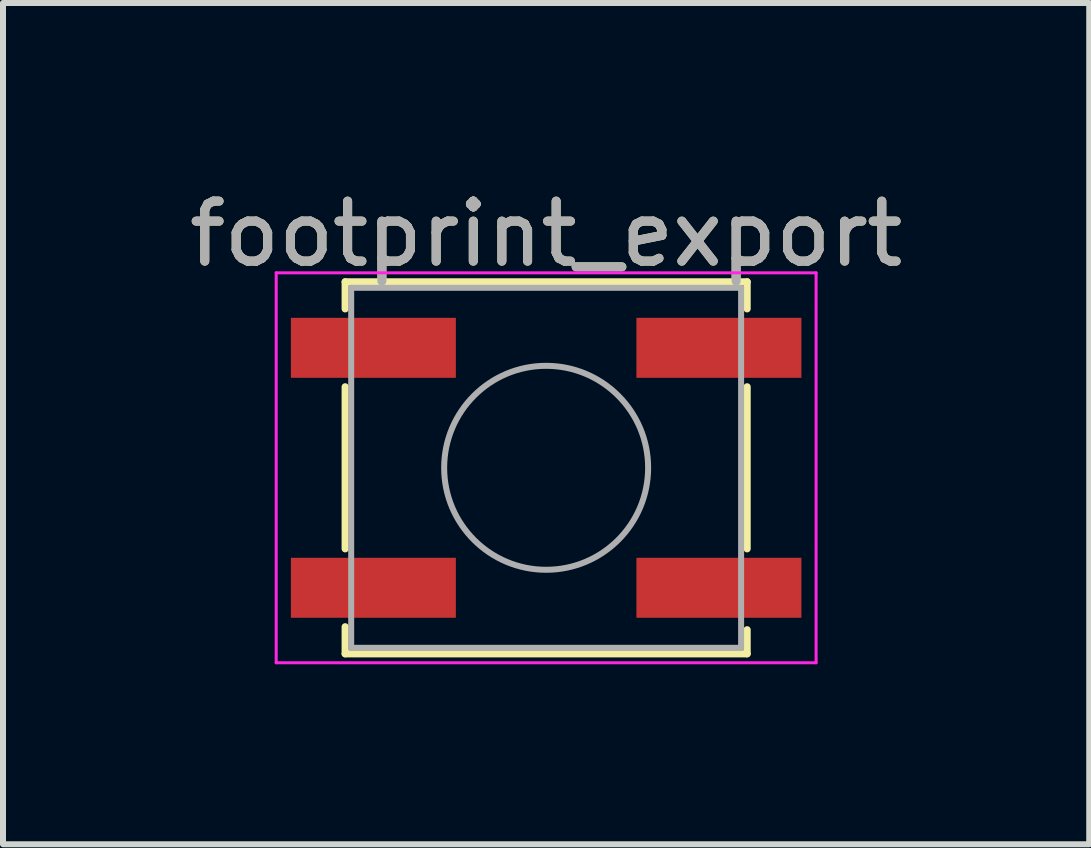
<source format=kicad_pcb>
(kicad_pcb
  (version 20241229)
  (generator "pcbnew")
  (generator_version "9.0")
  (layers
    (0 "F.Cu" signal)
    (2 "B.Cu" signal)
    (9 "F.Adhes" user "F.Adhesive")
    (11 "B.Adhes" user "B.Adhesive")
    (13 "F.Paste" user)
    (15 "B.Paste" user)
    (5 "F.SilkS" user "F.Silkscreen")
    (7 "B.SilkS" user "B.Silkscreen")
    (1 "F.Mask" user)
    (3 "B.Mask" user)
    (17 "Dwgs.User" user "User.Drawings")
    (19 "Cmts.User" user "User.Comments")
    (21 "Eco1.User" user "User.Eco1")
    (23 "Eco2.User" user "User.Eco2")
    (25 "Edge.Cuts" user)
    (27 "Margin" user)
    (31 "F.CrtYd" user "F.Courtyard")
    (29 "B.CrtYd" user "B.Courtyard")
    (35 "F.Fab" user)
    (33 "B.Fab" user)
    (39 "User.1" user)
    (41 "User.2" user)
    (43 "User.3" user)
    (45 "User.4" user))
  (footprint "footprint_export"
    (layer "F.Cu")
    (at 6.054 4.748)
    (property "Reference" "footprint_export" (at 0 -3.9 0) (layer "F.SilkS") (effects (font (size 1 1) (thickness 0.15))))
    (attr smd)
    (fp_line (start -3.35 -3.1) (end 3.35 -3.1) (stroke (width 0.12) (type solid)) (layer "F.SilkS"))
    (fp_line (start -3.35 -2.65) (end -3.35 -3.1) (stroke (width 0.12) (type solid)) (layer "F.SilkS"))
    (fp_line (start -3.35 1.35) (end -3.35 -1.35) (stroke (width 0.12) (type solid)) (layer "F.SilkS"))
    (fp_line (start -3.35 2.65) (end -3.35 3.1) (stroke (width 0.12) (type solid)) (layer "F.SilkS"))
    (fp_line (start -3.35 3.1) (end 3.35 3.1) (stroke (width 0.12) (type solid)) (layer "F.SilkS"))
    (fp_line (start 3.35 -3.1) (end 3.35 -2.65) (stroke (width 0.12) (type solid)) (layer "F.SilkS"))
    (fp_line (start 3.35 -1.35) (end 3.35 1.35) (stroke (width 0.12) (type solid)) (layer "F.SilkS"))
    (fp_line (start 3.35 3.1) (end 3.35 2.7) (stroke (width 0.12) (type solid)) (layer "F.SilkS"))
    (fp_line (start -4.5 -3.25) (end 4.5 -3.25) (stroke (width 0.05) (type solid)) (layer "F.CrtYd"))
    (fp_line (start -4.5 3.25) (end -4.5 -3.25) (stroke (width 0.05) (type solid)) (layer "F.CrtYd"))
    (fp_line (start 4.5 -3.25) (end 4.5 3.25) (stroke (width 0.05) (type solid)) (layer "F.CrtYd"))
    (fp_line (start 4.5 3.25) (end -4.5 3.25) (stroke (width 0.05) (type solid)) (layer "F.CrtYd"))
    (fp_line (start -3.25 -3) (end 3.25 -3) (stroke (width 0.1) (type solid)) (layer "F.Fab"))
    (fp_line (start -3.25 3) (end -3.25 -3) (stroke (width 0.1) (type solid)) (layer "F.Fab"))
    (fp_line (start 3.25 -3) (end 3.25 3) (stroke (width 0.1) (type solid)) (layer "F.Fab"))
    (fp_line (start 3.25 3) (end -3.25 3) (stroke (width 0.1) (type solid)) (layer "F.Fab"))
    (fp_circle (center 0 0) (end 1.7 0) (stroke (width 0.1) (type solid)) (fill no) (layer "F.Fab"))
    (fp_text user "${REFERENCE}" (at 0 -3.9 0) (layer "F.Fab") (effects (font (size 1 1) (thickness 0.15))))
    (pad "1" smd rect (at -2.88 -2) (size 2.75 1) (layers "F.Cu" "F.Mask" "F.Paste"))
    (pad "1" smd rect (at 2.88 -2) (size 2.75 1) (layers "F.Cu" "F.Mask" "F.Paste"))
    (pad "2" smd rect (at -2.88 2) (size 2.75 1) (layers "F.Cu" "F.Mask" "F.Paste"))
    (pad "2" smd rect (at 2.88 2) (size 2.75 1) (layers "F.Cu" "F.Mask" "F.Paste")))
  (gr_rect
    (start -3 -3)
    (end 15.107 11.023)
    (stroke (width 0.1) (type default))
    (fill no)
    (layer "Edge.Cuts")))
</source>
